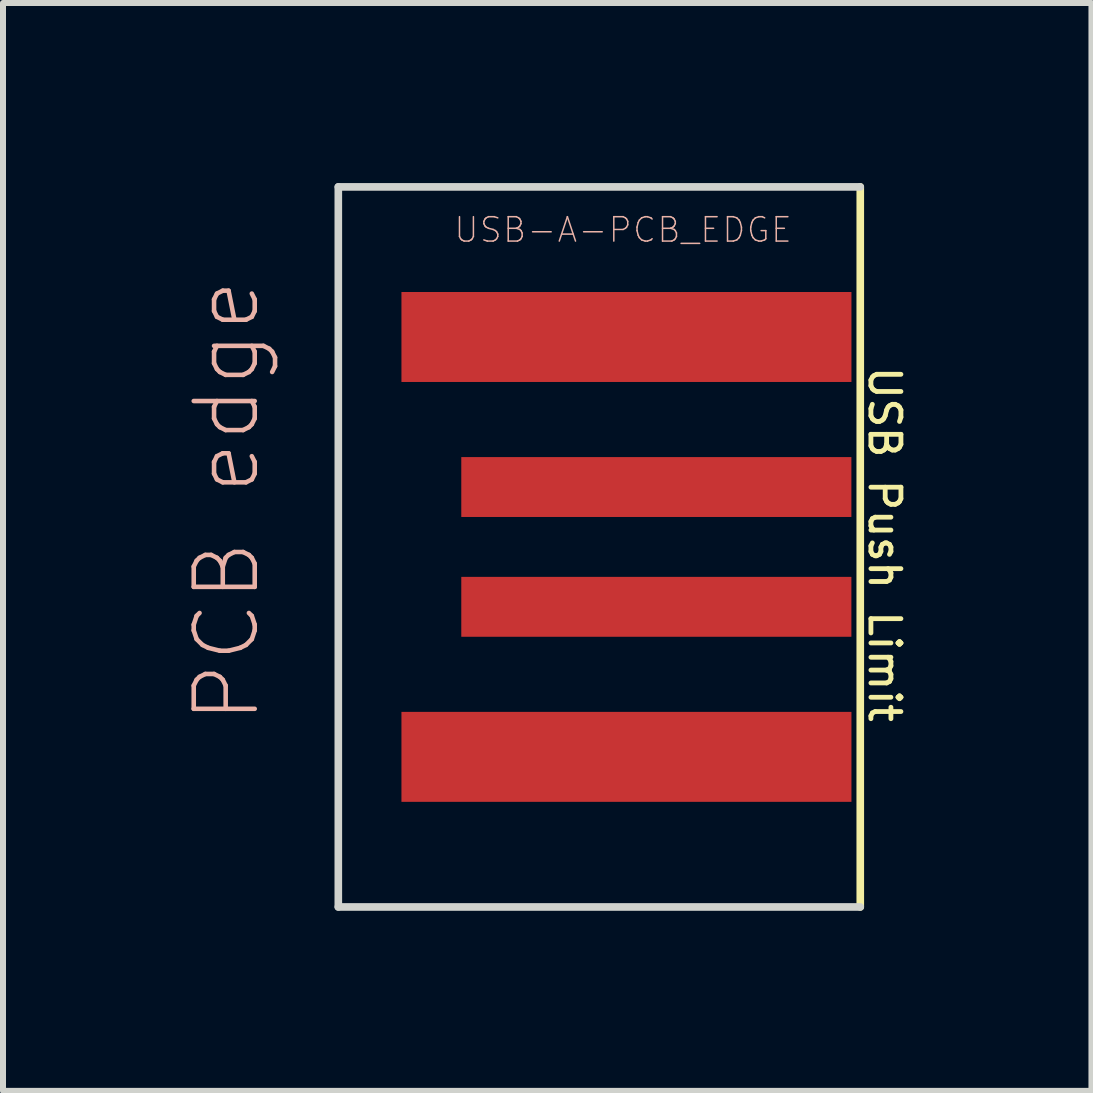
<source format=kicad_pcb>
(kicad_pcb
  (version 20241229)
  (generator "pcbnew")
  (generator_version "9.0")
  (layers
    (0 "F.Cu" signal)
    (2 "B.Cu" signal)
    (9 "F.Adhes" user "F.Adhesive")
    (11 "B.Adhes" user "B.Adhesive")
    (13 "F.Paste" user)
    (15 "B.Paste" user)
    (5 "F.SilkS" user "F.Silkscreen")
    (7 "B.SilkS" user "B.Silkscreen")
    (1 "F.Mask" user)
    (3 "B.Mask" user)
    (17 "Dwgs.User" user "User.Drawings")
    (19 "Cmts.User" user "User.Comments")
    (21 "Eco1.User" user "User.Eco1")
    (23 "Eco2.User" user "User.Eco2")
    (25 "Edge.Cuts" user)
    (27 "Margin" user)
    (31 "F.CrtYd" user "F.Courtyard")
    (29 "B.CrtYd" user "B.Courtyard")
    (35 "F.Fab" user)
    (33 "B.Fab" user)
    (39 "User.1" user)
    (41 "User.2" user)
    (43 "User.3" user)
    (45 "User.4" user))
  (footprint "USB-A-PCB_EDGE"
    (layer "F.Cu")
    (at 7.586 6.063)
    (property "Reference" "USB-A-PCB_EDGE" (at -0.254 -5.283 0) (layer "B.SilkS") (effects (font (size 0.406 0.406) (thickness 0.025))))
    (attr smd)
    (fp_line (start 3.698 -5.999) (end 3.698 5.999) (stroke (width 0.127) (type solid)) (layer "F.SilkS"))
    (fp_line (start -4.999 -5.999) (end 3.698 -5.999) (stroke (width 0.127) (type solid)) (layer "Edge.Cuts"))
    (fp_line (start -4.999 5.999) (end -4.999 -5.999) (stroke (width 0.127) (type solid)) (layer "Edge.Cuts"))
    (fp_line (start 3.698 5.999) (end -4.999 5.999) (stroke (width 0.127) (type solid)) (layer "Edge.Cuts"))
    (fp_text user "USB Push Limit" (at 3.81 -3.048 270) (unlocked yes) (layer "F.SilkS") (effects (font (size 0.5 0.5) (thickness 0.08)) (justify left bottom)))
    (fp_text user "PCB edge" (at -6.858 -0.762 90) (layer "B.SilkS") (effects (font (size 1.016 1.016) (thickness 0.076))))
    (pad "1" connect rect (at -0.198 3.498) (size 7.498 1.499) (layers "F.Cu" "F.Mask"))
    (pad "2" connect rect (at 0.3 0.998) (size 6.5 0.998) (layers "F.Cu" "F.Mask"))
    (pad "3" connect rect (at 0.3 -0.998) (size 6.5 0.998) (layers "F.Cu" "F.Mask"))
    (pad "4" smd rect (at -0.198 -3.498) (size 7.498 1.499) (layers "F.Cu" "F.Mask" "F.Paste")))
  (gr_rect
    (start -3 -3)
    (end 15.136 15.126)
    (stroke (width 0.1) (type default))
    (fill no)
    (layer "Edge.Cuts")))
</source>
